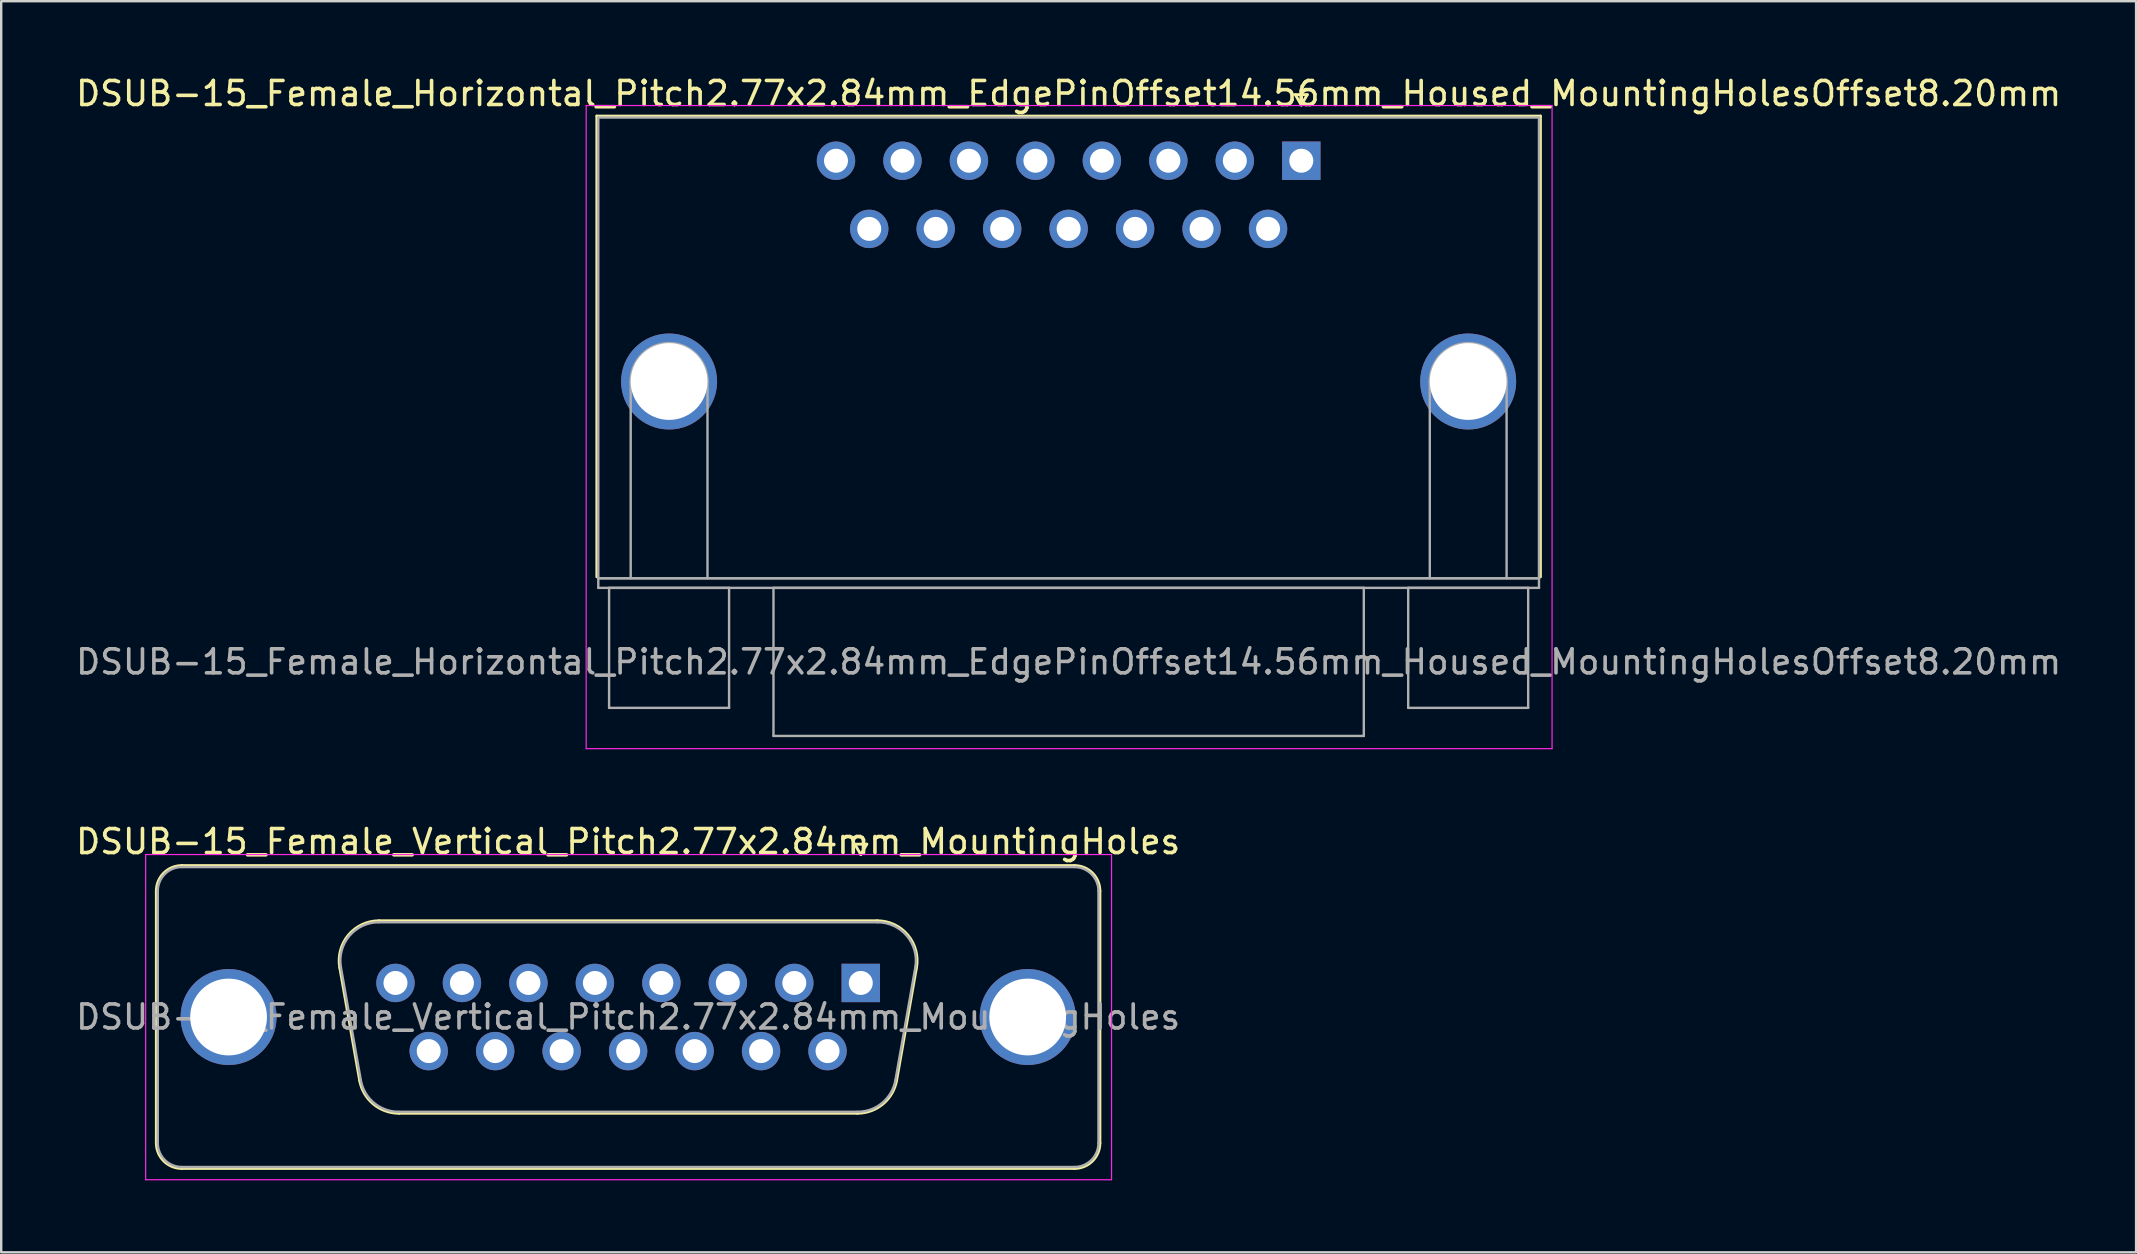
<source format=kicad_pcb>
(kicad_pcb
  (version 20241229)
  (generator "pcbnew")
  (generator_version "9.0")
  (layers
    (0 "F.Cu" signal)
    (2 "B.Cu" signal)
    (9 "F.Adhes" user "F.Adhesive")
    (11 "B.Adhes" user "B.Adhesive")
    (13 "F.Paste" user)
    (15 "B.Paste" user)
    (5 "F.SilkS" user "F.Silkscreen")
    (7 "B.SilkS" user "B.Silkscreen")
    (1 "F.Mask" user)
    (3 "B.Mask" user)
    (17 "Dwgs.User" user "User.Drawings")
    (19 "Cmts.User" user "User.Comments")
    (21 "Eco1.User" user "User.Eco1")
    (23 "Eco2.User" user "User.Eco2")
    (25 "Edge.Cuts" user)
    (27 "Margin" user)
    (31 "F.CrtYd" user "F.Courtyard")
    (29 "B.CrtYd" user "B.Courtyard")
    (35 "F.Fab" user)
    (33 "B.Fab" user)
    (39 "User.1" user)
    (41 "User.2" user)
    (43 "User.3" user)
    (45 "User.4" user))
  (footprint "DSUB-15_Female_Vertical_Pitch2.77x2.84mm_MountingHoles"
    (layer "F.Cu")
    (at 32.82 37.911)
    (property "Reference" "DSUB-15_Female_Vertical_Pitch2.77x2.84mm_MountingHoles" (at -9.695 -5.89 0) (layer "F.SilkS") (effects (font (size 1 1) (thickness 0.15))))
    (attr through_hole)
    (fp_line (start -29.355 6.67) (end -29.355 -3.83) (stroke (width 0.12) (type solid)) (layer "F.SilkS"))
    (fp_line (start -28.295 -4.89) (end 8.905 -4.89) (stroke (width 0.12) (type solid)) (layer "F.SilkS"))
    (fp_line (start -21.711 -0.642) (end -20.883 4.058) (stroke (width 0.12) (type solid)) (layer "F.SilkS"))
    (fp_line (start -20.077 -2.59) (end 0.687 -2.59) (stroke (width 0.12) (type solid)) (layer "F.SilkS"))
    (fp_line (start -19.248 5.43) (end -0.142 5.43) (stroke (width 0.12) (type solid)) (layer "F.SilkS"))
    (fp_line (start -0.25 -5.784) (end 0.25 -5.784) (stroke (width 0.12) (type solid)) (layer "F.SilkS"))
    (fp_line (start 0 -5.351) (end -0.25 -5.784) (stroke (width 0.12) (type solid)) (layer "F.SilkS"))
    (fp_line (start 0.25 -5.784) (end 0 -5.351) (stroke (width 0.12) (type solid)) (layer "F.SilkS"))
    (fp_line (start 2.321 -0.642) (end 1.493 4.058) (stroke (width 0.12) (type solid)) (layer "F.SilkS"))
    (fp_line (start 8.905 7.73) (end -28.295 7.73) (stroke (width 0.12) (type solid)) (layer "F.SilkS"))
    (fp_line (start 9.965 -3.83) (end 9.965 6.67) (stroke (width 0.12) (type solid)) (layer "F.SilkS"))
    (fp_arc (start -29.355 -3.83) (mid -29.044533 -4.579533) (end -28.295 -4.89) (stroke (width 0.12) (type solid)) (layer "F.SilkS"))
    (fp_arc (start -28.295 7.73) (mid -29.044533 7.419533) (end -29.355 6.67) (stroke (width 0.12) (type solid)) (layer "F.SilkS"))
    (fp_arc (start -21.71147 -0.641744) (mid -21.348323 -1.997028) (end -20.076689 -2.59) (stroke (width 0.12) (type solid)) (layer "F.SilkS"))
    (fp_arc (start -19.247952 5.43) (mid -20.314979 5.041634) (end -20.882733 4.058256) (stroke (width 0.12) (type solid)) (layer "F.SilkS"))
    (fp_arc (start 0.686689 -2.59) (mid 1.958323 -1.997027) (end 2.32147 -0.641744) (stroke (width 0.12) (type solid)) (layer "F.SilkS"))
    (fp_arc (start 1.492733 4.058256) (mid 0.92498 5.041634) (end -0.142048 5.43) (stroke (width 0.12) (type solid)) (layer "F.SilkS"))
    (fp_arc (start 8.905 -4.89) (mid 9.654533 -4.579533) (end 9.965 -3.83) (stroke (width 0.12) (type solid)) (layer "F.SilkS"))
    (fp_arc (start 9.965 6.67) (mid 9.654533 7.419533) (end 8.905 7.73) (stroke (width 0.12) (type solid)) (layer "F.SilkS"))
    (fp_line (start -29.8 -5.35) (end -29.8 8.2) (stroke (width 0.05) (type solid)) (layer "F.CrtYd"))
    (fp_line (start -29.8 8.2) (end 10.45 8.2) (stroke (width 0.05) (type solid)) (layer "F.CrtYd"))
    (fp_line (start 10.45 -5.35) (end -29.8 -5.35) (stroke (width 0.05) (type solid)) (layer "F.CrtYd"))
    (fp_line (start 10.45 8.2) (end 10.45 -5.35) (stroke (width 0.05) (type solid)) (layer "F.CrtYd"))
    (fp_line (start -29.295 6.67) (end -29.295 -3.83) (stroke (width 0.1) (type solid)) (layer "F.Fab"))
    (fp_line (start -28.295 -4.83) (end 8.905 -4.83) (stroke (width 0.1) (type solid)) (layer "F.Fab"))
    (fp_line (start -21.664 -0.652) (end -20.835 4.048) (stroke (width 0.1) (type solid)) (layer "F.Fab"))
    (fp_line (start -20.088 -2.53) (end 0.698 -2.53) (stroke (width 0.1) (type solid)) (layer "F.Fab"))
    (fp_line (start -19.259 5.37) (end -0.131 5.37) (stroke (width 0.1) (type solid)) (layer "F.Fab"))
    (fp_line (start 2.274 -0.652) (end 1.445 4.048) (stroke (width 0.1) (type solid)) (layer "F.Fab"))
    (fp_line (start 8.905 7.67) (end -28.295 7.67) (stroke (width 0.1) (type solid)) (layer "F.Fab"))
    (fp_line (start 9.905 -3.83) (end 9.905 6.67) (stroke (width 0.1) (type solid)) (layer "F.Fab"))
    (fp_arc (start -29.295 -3.83) (mid -29.002107 -4.537107) (end -28.295 -4.83) (stroke (width 0.1) (type solid)) (layer "F.Fab"))
    (fp_arc (start -28.295 7.67) (mid -29.002107 7.377107) (end -29.295 6.67) (stroke (width 0.1) (type solid)) (layer "F.Fab"))
    (fp_arc (start -21.663886 -0.652163) (mid -21.313865 -1.95846) (end -20.088194 -2.53) (stroke (width 0.1) (type solid)) (layer "F.Fab"))
    (fp_arc (start -19.259457 5.37) (mid -20.287917 4.995671) (end -20.835149 4.047837) (stroke (width 0.1) (type solid)) (layer "F.Fab"))
    (fp_arc (start 0.698194 -2.53) (mid 1.923865 -1.95846) (end 2.273886 -0.652163) (stroke (width 0.1) (type solid)) (layer "F.Fab"))
    (fp_arc (start 1.445149 4.047837) (mid 0.897917 4.995671) (end -0.130543 5.37) (stroke (width 0.1) (type solid)) (layer "F.Fab"))
    (fp_arc (start 8.905 -4.83) (mid 9.612107 -4.537107) (end 9.905 -3.83) (stroke (width 0.1) (type solid)) (layer "F.Fab"))
    (fp_arc (start 9.905 6.67) (mid 9.612107 7.377107) (end 8.905 7.67) (stroke (width 0.1) (type solid)) (layer "F.Fab"))
    (fp_text user "${REFERENCE}" (at -9.695 1.42 0) (layer "F.Fab") (effects (font (size 1 1) (thickness 0.15))))
    (pad "0" thru_hole circle (at -26.345 1.42) (size 4 4) (drill 3.2) (layers "*.Cu" "*.Mask"))
    (pad "0" thru_hole circle (at 6.955 1.42) (size 4 4) (drill 3.2) (layers "*.Cu" "*.Mask"))
    (pad "1" thru_hole rect (at 0 0) (size 1.6 1.6) (drill 1) (layers "*.Cu" "*.Mask"))
    (pad "2" thru_hole circle (at -2.77 0) (size 1.6 1.6) (drill 1) (layers "*.Cu" "*.Mask"))
    (pad "3" thru_hole circle (at -5.54 0) (size 1.6 1.6) (drill 1) (layers "*.Cu" "*.Mask"))
    (pad "4" thru_hole circle (at -8.31 0) (size 1.6 1.6) (drill 1) (layers "*.Cu" "*.Mask"))
    (pad "5" thru_hole circle (at -11.08 0) (size 1.6 1.6) (drill 1) (layers "*.Cu" "*.Mask"))
    (pad "6" thru_hole circle (at -13.85 0) (size 1.6 1.6) (drill 1) (layers "*.Cu" "*.Mask"))
    (pad "7" thru_hole circle (at -16.62 0) (size 1.6 1.6) (drill 1) (layers "*.Cu" "*.Mask"))
    (pad "8" thru_hole circle (at -19.39 0) (size 1.6 1.6) (drill 1) (layers "*.Cu" "*.Mask"))
    (pad "9" thru_hole circle (at -1.385 2.84) (size 1.6 1.6) (drill 1) (layers "*.Cu" "*.Mask"))
    (pad "10" thru_hole circle (at -4.155 2.84) (size 1.6 1.6) (drill 1) (layers "*.Cu" "*.Mask"))
    (pad "11" thru_hole circle (at -6.925 2.84) (size 1.6 1.6) (drill 1) (layers "*.Cu" "*.Mask"))
    (pad "12" thru_hole circle (at -9.695 2.84) (size 1.6 1.6) (drill 1) (layers "*.Cu" "*.Mask"))
    (pad "13" thru_hole circle (at -12.465 2.84) (size 1.6 1.6) (drill 1) (layers "*.Cu" "*.Mask"))
    (pad "14" thru_hole circle (at -15.235 2.84) (size 1.6 1.6) (drill 1) (layers "*.Cu" "*.Mask"))
    (pad "15" thru_hole circle (at -18.005 2.84) (size 1.6 1.6) (drill 1) (layers "*.Cu" "*.Mask")))
  (footprint "DSUB-15_Female_Horizontal_Pitch2.77x2.84mm_EdgePinOffset14.56mm_Housed_MountingHolesOffset8.20mm"
    (layer "F.Cu")
    (at 51.177 3.648)
    (property "Reference" "DSUB-15_Female_Horizontal_Pitch2.77x2.84mm_EdgePinOffset14.56mm_Housed_MountingHolesOffset8.20mm" (at -9.695 -2.8 0) (layer "F.SilkS") (effects (font (size 1 1) (thickness 0.15))))
    (attr through_hole)
    (fp_line (start -29.355 -1.86) (end 9.965 -1.86) (stroke (width 0.12) (type solid)) (layer "F.SilkS"))
    (fp_line (start -29.355 17.34) (end -29.355 -1.86) (stroke (width 0.12) (type solid)) (layer "F.SilkS"))
    (fp_line (start -0.25 -2.754) (end 0.25 -2.754) (stroke (width 0.12) (type solid)) (layer "F.SilkS"))
    (fp_line (start 0 -2.321) (end -0.25 -2.754) (stroke (width 0.12) (type solid)) (layer "F.SilkS"))
    (fp_line (start 0.25 -2.754) (end 0 -2.321) (stroke (width 0.12) (type solid)) (layer "F.SilkS"))
    (fp_line (start 9.965 -1.86) (end 9.965 17.34) (stroke (width 0.12) (type solid)) (layer "F.SilkS"))
    (fp_line (start -29.8 -2.3) (end -29.8 24.5) (stroke (width 0.05) (type solid)) (layer "F.CrtYd"))
    (fp_line (start -29.8 24.5) (end 10.45 24.5) (stroke (width 0.05) (type solid)) (layer "F.CrtYd"))
    (fp_line (start 10.45 -2.3) (end -29.8 -2.3) (stroke (width 0.05) (type solid)) (layer "F.CrtYd"))
    (fp_line (start 10.45 24.5) (end 10.45 -2.3) (stroke (width 0.05) (type solid)) (layer "F.CrtYd"))
    (fp_line (start -29.295 -1.8) (end -29.295 17.4) (stroke (width 0.1) (type solid)) (layer "F.Fab"))
    (fp_line (start -29.295 17.4) (end -29.295 17.8) (stroke (width 0.1) (type solid)) (layer "F.Fab"))
    (fp_line (start -29.295 17.4) (end 9.905 17.4) (stroke (width 0.1) (type solid)) (layer "F.Fab"))
    (fp_line (start -29.295 17.8) (end 9.905 17.8) (stroke (width 0.1) (type solid)) (layer "F.Fab"))
    (fp_line (start -28.845 17.8) (end -28.845 22.8) (stroke (width 0.1) (type solid)) (layer "F.Fab"))
    (fp_line (start -28.845 22.8) (end -23.845 22.8) (stroke (width 0.1) (type solid)) (layer "F.Fab"))
    (fp_line (start -27.945 17.4) (end -27.945 9.2) (stroke (width 0.1) (type solid)) (layer "F.Fab"))
    (fp_line (start -24.745 17.4) (end -24.745 9.2) (stroke (width 0.1) (type solid)) (layer "F.Fab"))
    (fp_line (start -23.845 17.8) (end -28.845 17.8) (stroke (width 0.1) (type solid)) (layer "F.Fab"))
    (fp_line (start -23.845 22.8) (end -23.845 17.8) (stroke (width 0.1) (type solid)) (layer "F.Fab"))
    (fp_line (start -21.995 17.8) (end -21.995 23.97) (stroke (width 0.1) (type solid)) (layer "F.Fab"))
    (fp_line (start -21.995 23.97) (end 2.605 23.97) (stroke (width 0.1) (type solid)) (layer "F.Fab"))
    (fp_line (start 2.605 17.8) (end -21.995 17.8) (stroke (width 0.1) (type solid)) (layer "F.Fab"))
    (fp_line (start 2.605 23.97) (end 2.605 17.8) (stroke (width 0.1) (type solid)) (layer "F.Fab"))
    (fp_line (start 4.455 17.8) (end 4.455 22.8) (stroke (width 0.1) (type solid)) (layer "F.Fab"))
    (fp_line (start 4.455 22.8) (end 9.455 22.8) (stroke (width 0.1) (type solid)) (layer "F.Fab"))
    (fp_line (start 5.355 17.4) (end 5.355 9.2) (stroke (width 0.1) (type solid)) (layer "F.Fab"))
    (fp_line (start 8.555 17.4) (end 8.555 9.2) (stroke (width 0.1) (type solid)) (layer "F.Fab"))
    (fp_line (start 9.455 17.8) (end 4.455 17.8) (stroke (width 0.1) (type solid)) (layer "F.Fab"))
    (fp_line (start 9.455 22.8) (end 9.455 17.8) (stroke (width 0.1) (type solid)) (layer "F.Fab"))
    (fp_line (start 9.905 -1.8) (end -29.295 -1.8) (stroke (width 0.1) (type solid)) (layer "F.Fab"))
    (fp_line (start 9.905 17.4) (end -29.295 17.4) (stroke (width 0.1) (type solid)) (layer "F.Fab"))
    (fp_line (start 9.905 17.4) (end 9.905 -1.8) (stroke (width 0.1) (type solid)) (layer "F.Fab"))
    (fp_line (start 9.905 17.8) (end 9.905 17.4) (stroke (width 0.1) (type solid)) (layer "F.Fab"))
    (fp_arc (start -27.945 9.2) (mid -26.345 7.6) (end -24.745 9.2) (stroke (width 0.1) (type solid)) (layer "F.Fab"))
    (fp_arc (start 5.355 9.2) (mid 6.955 7.6) (end 8.555 9.2) (stroke (width 0.1) (type solid)) (layer "F.Fab"))
    (fp_text user "${REFERENCE}" (at -9.695 20.885 0) (layer "F.Fab") (effects (font (size 1 1) (thickness 0.15))))
    (pad "0" thru_hole circle (at -26.345 9.2) (size 4 4) (drill 3.2) (layers "*.Cu" "*.Mask"))
    (pad "0" thru_hole circle (at 6.955 9.2) (size 4 4) (drill 3.2) (layers "*.Cu" "*.Mask"))
    (pad "1" thru_hole rect (at 0 0) (size 1.6 1.6) (drill 1) (layers "*.Cu" "*.Mask"))
    (pad "2" thru_hole circle (at -2.77 0) (size 1.6 1.6) (drill 1) (layers "*.Cu" "*.Mask"))
    (pad "3" thru_hole circle (at -5.54 0) (size 1.6 1.6) (drill 1) (layers "*.Cu" "*.Mask"))
    (pad "4" thru_hole circle (at -8.31 0) (size 1.6 1.6) (drill 1) (layers "*.Cu" "*.Mask"))
    (pad "5" thru_hole circle (at -11.08 0) (size 1.6 1.6) (drill 1) (layers "*.Cu" "*.Mask"))
    (pad "6" thru_hole circle (at -13.85 0) (size 1.6 1.6) (drill 1) (layers "*.Cu" "*.Mask"))
    (pad "7" thru_hole circle (at -16.62 0) (size 1.6 1.6) (drill 1) (layers "*.Cu" "*.Mask"))
    (pad "8" thru_hole circle (at -19.39 0) (size 1.6 1.6) (drill 1) (layers "*.Cu" "*.Mask"))
    (pad "9" thru_hole circle (at -1.385 2.84) (size 1.6 1.6) (drill 1) (layers "*.Cu" "*.Mask"))
    (pad "10" thru_hole circle (at -4.155 2.84) (size 1.6 1.6) (drill 1) (layers "*.Cu" "*.Mask"))
    (pad "11" thru_hole circle (at -6.925 2.84) (size 1.6 1.6) (drill 1) (layers "*.Cu" "*.Mask"))
    (pad "12" thru_hole circle (at -9.695 2.84) (size 1.6 1.6) (drill 1) (layers "*.Cu" "*.Mask"))
    (pad "13" thru_hole circle (at -12.465 2.84) (size 1.6 1.6) (drill 1) (layers "*.Cu" "*.Mask"))
    (pad "14" thru_hole circle (at -15.235 2.84) (size 1.6 1.6) (drill 1) (layers "*.Cu" "*.Mask"))
    (pad "15" thru_hole circle (at -18.005 2.84) (size 1.6 1.6) (drill 1) (layers "*.Cu" "*.Mask")))
  (gr_rect
    (start -3 -3)
    (end 85.964 49.136)
    (stroke (width 0.1) (type default))
    (fill no)
    (layer "Edge.Cuts")))
</source>
